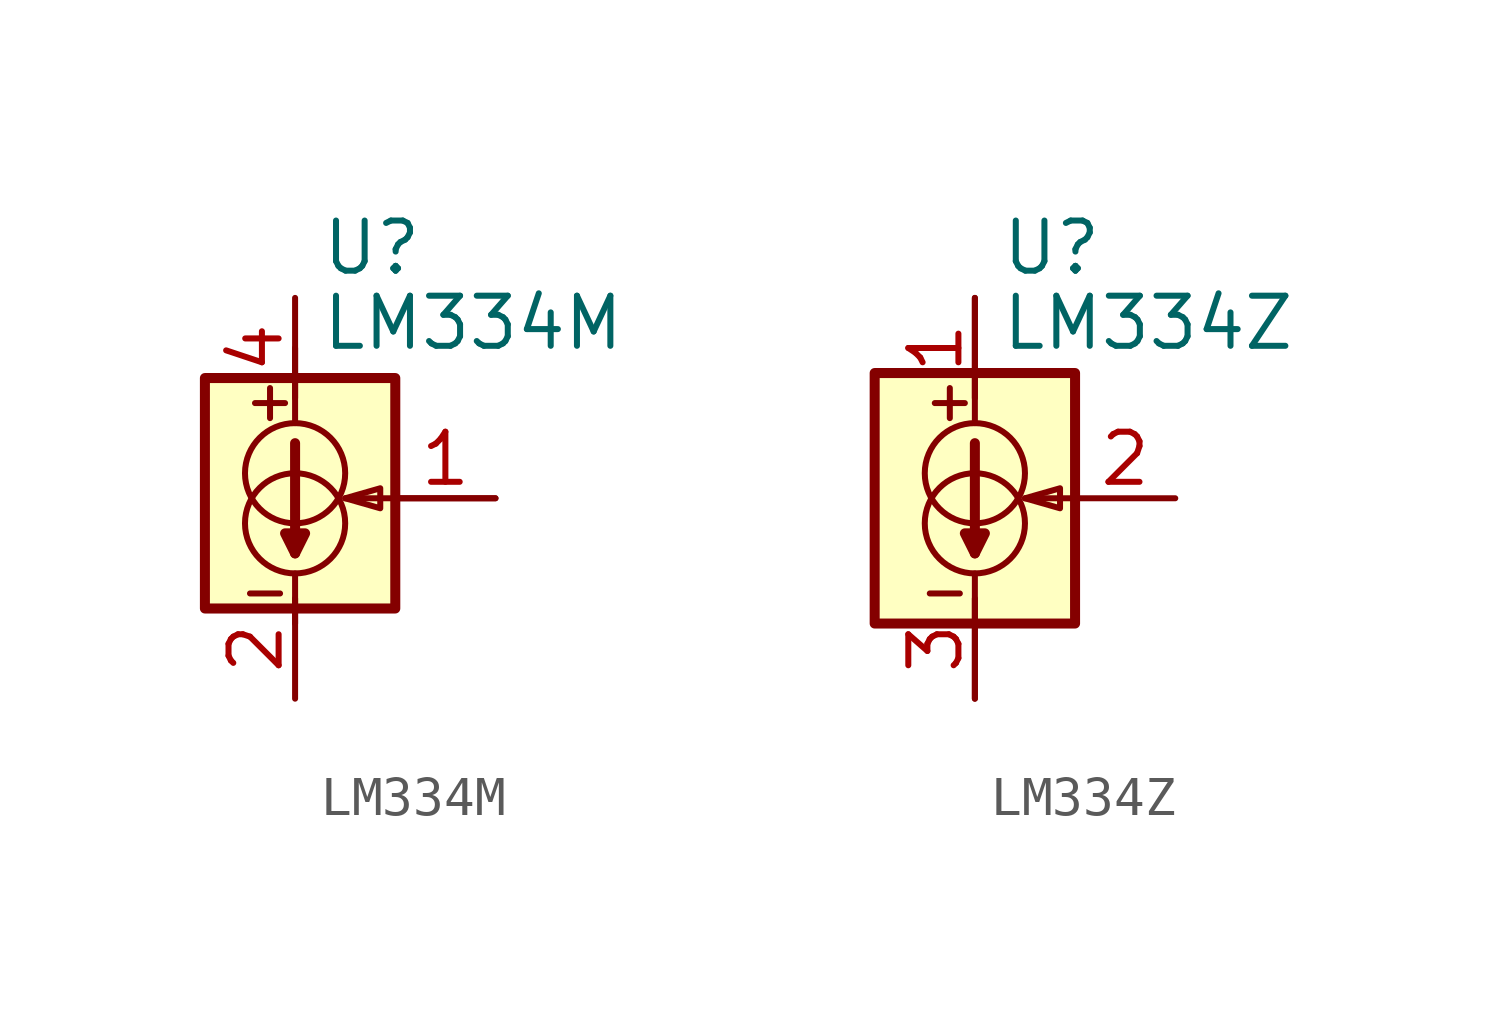
<source format=kicad_sym>
(kicad_symbol_lib
  (version 20211014)
  (generator kicad_symbol_editor)
  (symbol "LM334M"
    (property "Reference" "U"
      (at 0.635 6.35 0)
      (effects (font (size 1.27 1.27)) (justify left)))
    (property "Value" "LM334M"
      (at 0.635 4.445 0)
      (effects (font (size 1.27 1.27)) (justify left)))
    (symbol "LM334M_0_1"
      (rectangle (start -2.286 3.048) (end 2.54 -2.794) (stroke (width 0.254) (type default) (color 0 0 0 0)) (fill (type background)))
      (circle (center 0 -0.635) (radius 1.27) (stroke (width 0) (type default) (color 0 0 0 0)) (fill (type none)))
      (polyline (pts (xy -1.143 -2.413) (xy -0.381 -2.413)) (stroke (width 0) (type default) (color 0 0 0 0)) (fill (type none)))
      (polyline (pts (xy -1.016 2.413) (xy -0.254 2.413)) (stroke (width 0) (type default) (color 0 0 0 0)) (fill (type none)))
      (polyline (pts (xy -0.635 2.794) (xy -0.635 2.032)) (stroke (width 0) (type default) (color 0 0 0 0)) (fill (type none)))
      (polyline (pts (xy 0 -1.905) (xy 0 -3.175)) (stroke (width 0) (type default) (color 0 0 0 0)) (fill (type none)))
      (polyline (pts (xy 0 1.397) (xy 0 -1.397)) (stroke (width 0.254) (type default) (color 0 0 0 0)) (fill (type none)))
      (polyline (pts (xy 0 3.81) (xy 0 1.905)) (stroke (width 0) (type default) (color 0 0 0 0)) (fill (type none)))
      (polyline (pts (xy 5.08 0) (xy 1.27 0)) (stroke (width 0) (type default) (color 0 0 0 0)) (fill (type none)))
      (polyline (pts (xy 0 -1.397) (xy -0.254 -0.889) (xy 0.254 -0.889) (xy 0 -1.397)) (stroke (width 0.254) (type default) (color 0 0 0 0)) (fill (type none)))
      (polyline (pts (xy 1.27 0) (xy 2.159 0.254) (xy 2.159 -0.254) (xy 1.27 0)) (stroke (width 0) (type default) (color 0 0 0 0)) (fill (type none)))
      (circle (center 0 0.635) (radius 1.27) (stroke (width 0) (type default) (color 0 0 0 0)) (fill (type none))))
    (symbol "LM334M_1_1"
      (pin passive line (at 5.08 0 180) (length 2.54) (name "~" (effects (font (size 1.27 1.27)))) (number "1" (effects (font (size 1.27 1.27)))))
      (pin passive line (at 0 -5.08 90) (length 2.54) (name "~" (effects (font (size 1.27 1.27)))) (number "2" (effects (font (size 1.27 1.27)))))
      (pin passive line (at 0 -5.08 90) (length 2.54) hide (name "~" (effects (font (size 1.27 1.27)))) (number "3" (effects (font (size 1.27 1.27)))))
      (pin passive line (at 0 5.08 270) (length 2.54) (name "~" (effects (font (size 1.27 1.27)))) (number "4" (effects (font (size 1.27 1.27)))))
      (pin passive line (at 0 -5.08 90) (length 2.54) hide (name "~" (effects (font (size 1.27 1.27)))) (number "6" (effects (font (size 1.27 1.27)))))
      (pin passive line (at 0 -5.08 90) (length 2.54) hide (name "~" (effects (font (size 1.27 1.27)))) (number "7" (effects (font (size 1.27 1.27)))))))
  (symbol "LM334Z"
    (property "Reference" "U"
      (at 0.635 6.35 0)
      (effects (font (size 1.27 1.27)) (justify left)))
    (property "Value" "LM334Z"
      (at 0.635 4.445 0)
      (effects (font (size 1.27 1.27)) (justify left)))
    (symbol "LM334Z_0_1"
      (rectangle (start -2.54 3.175) (end 2.54 -3.175) (stroke (width 0.254) (type default) (color 0 0 0 0)) (fill (type background)))
      (circle (center 0 -0.635) (radius 1.27) (stroke (width 0) (type default) (color 0 0 0 0)) (fill (type none)))
      (polyline (pts (xy -1.143 -2.413) (xy -0.381 -2.413)) (stroke (width 0) (type default) (color 0 0 0 0)) (fill (type none)))
      (polyline (pts (xy -1.016 2.413) (xy -0.254 2.413)) (stroke (width 0) (type default) (color 0 0 0 0)) (fill (type none)))
      (polyline (pts (xy -0.635 2.794) (xy -0.635 2.032)) (stroke (width 0) (type default) (color 0 0 0 0)) (fill (type none)))
      (polyline (pts (xy 0 -1.905) (xy 0 -5.08)) (stroke (width 0) (type default) (color 0 0 0 0)) (fill (type none)))
      (polyline (pts (xy 0 1.397) (xy 0 -1.397)) (stroke (width 0.254) (type default) (color 0 0 0 0)) (fill (type none)))
      (polyline (pts (xy 0 5.08) (xy 0 1.905)) (stroke (width 0) (type default) (color 0 0 0 0)) (fill (type none)))
      (polyline (pts (xy 2.54 0) (xy 1.27 0)) (stroke (width 0) (type default) (color 0 0 0 0)) (fill (type none)))
      (polyline (pts (xy 0 -1.397) (xy -0.254 -0.889) (xy 0.254 -0.889) (xy 0 -1.397)) (stroke (width 0.254) (type default) (color 0 0 0 0)) (fill (type none)))
      (polyline (pts (xy 1.27 0) (xy 2.159 0.254) (xy 2.159 -0.254) (xy 1.27 0)) (stroke (width 0) (type default) (color 0 0 0 0)) (fill (type none)))
      (circle (center 0 0.635) (radius 1.27) (stroke (width 0) (type default) (color 0 0 0 0)) (fill (type none))))
    (symbol "LM334Z_1_1"
      (pin passive line (at 0 5.08 270) (length 2.54) (name "~" (effects (font (size 1.27 1.27)))) (number "1" (effects (font (size 1.27 1.27)))))
      (pin passive line (at 5.08 0 180) (length 2.54) (name "~" (effects (font (size 1.27 1.27)))) (number "2" (effects (font (size 1.27 1.27)))))
      (pin passive line (at 0 -5.08 90) (length 2.54) (name "~" (effects (font (size 1.27 1.27)))) (number "3" (effects (font (size 1.27 1.27))))))))
</source>
